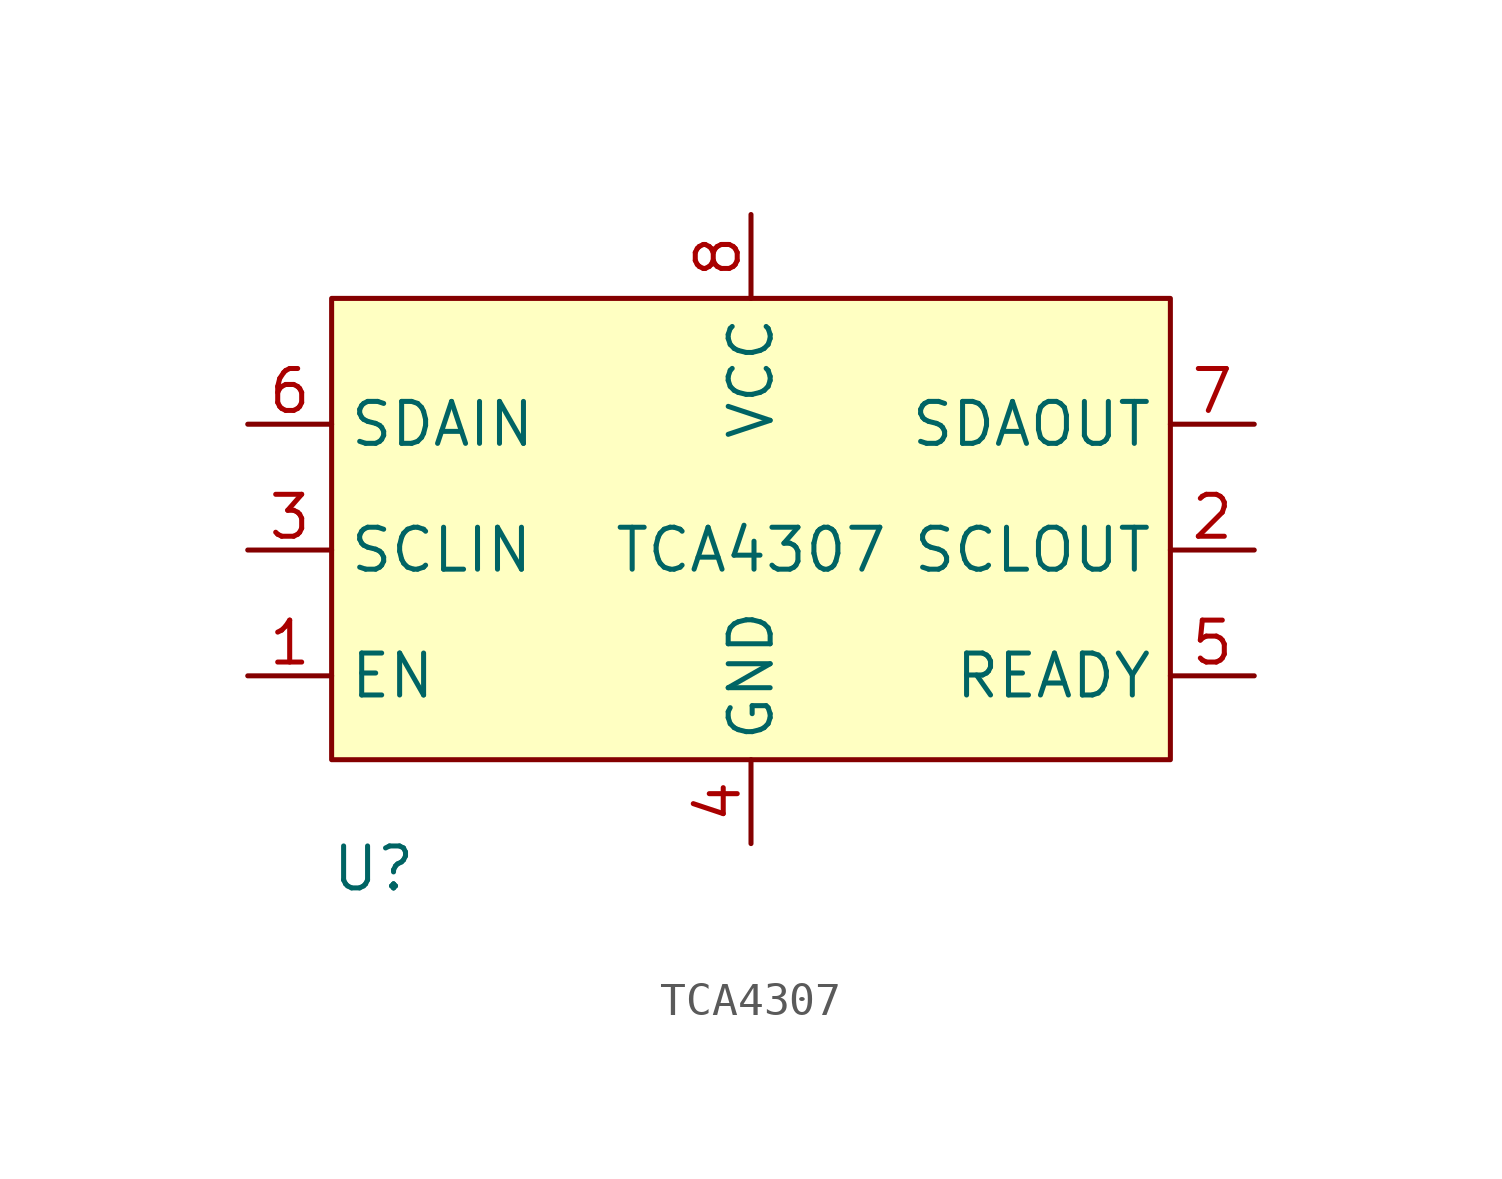
<source format=kicad_sym>
(kicad_symbol_lib
  (version 20241209)
  (generator "kicad_symbol_editor")
  (generator_version "9.0")
  (symbol "TCA4307"
    (property "Reference" "U"
      (at -11.43 -9.652 0)
      (effects (font (size 1.27 1.27))))
    (property "Value" "TCA4307"
      (at 0 0 0)
      (effects (font (size 1.27 1.27))))
    (symbol "TCA4307_0_0"
      (pin power_in line (at 0 10.16 270) (length 2.54) (name "VCC" (effects (font (size 1.27 1.27)))) (number "8" (effects (font (size 1.27 1.27)))))
      (pin output line (at 15.24 3.81 180) (length 2.54) (name "SDAOUT" (effects (font (size 1.27 1.27)))) (number "7" (effects (font (size 1.27 1.27)))))
      (pin output line (at 15.24 0 180) (length 2.54) (name "SCLOUT" (effects (font (size 1.27 1.27)))) (number "2" (effects (font (size 1.27 1.27))))))
    (symbol "TCA4307_1_0"
      (pin input line (at -15.24 3.81 0) (length 2.54) (name "SDAIN" (effects (font (size 1.27 1.27)))) (number "6" (effects (font (size 1.27 1.27)))))
      (pin input line (at -15.24 0 0) (length 2.54) (name "SCLIN" (effects (font (size 1.27 1.27)))) (number "3" (effects (font (size 1.27 1.27)))))
      (pin input line (at -15.24 -3.81 0) (length 2.54) (name "EN" (effects (font (size 1.27 1.27)))) (number "1" (effects (font (size 1.27 1.27)))))
      (pin power_in line (at 0 -8.89 90) (length 2.54) (name "GND" (effects (font (size 1.27 1.27)))) (number "4" (effects (font (size 1.27 1.27)))))
      (pin output line (at 15.24 -3.81 180) (length 2.54) (name "READY" (effects (font (size 1.27 1.27)))) (number "5" (effects (font (size 1.27 1.27))))))
    (symbol "TCA4307_1_1"
      (rectangle (start -12.7 7.62) (end 12.7 -6.35) (stroke (width 0) (type solid)) (fill (type background))))))
</source>
